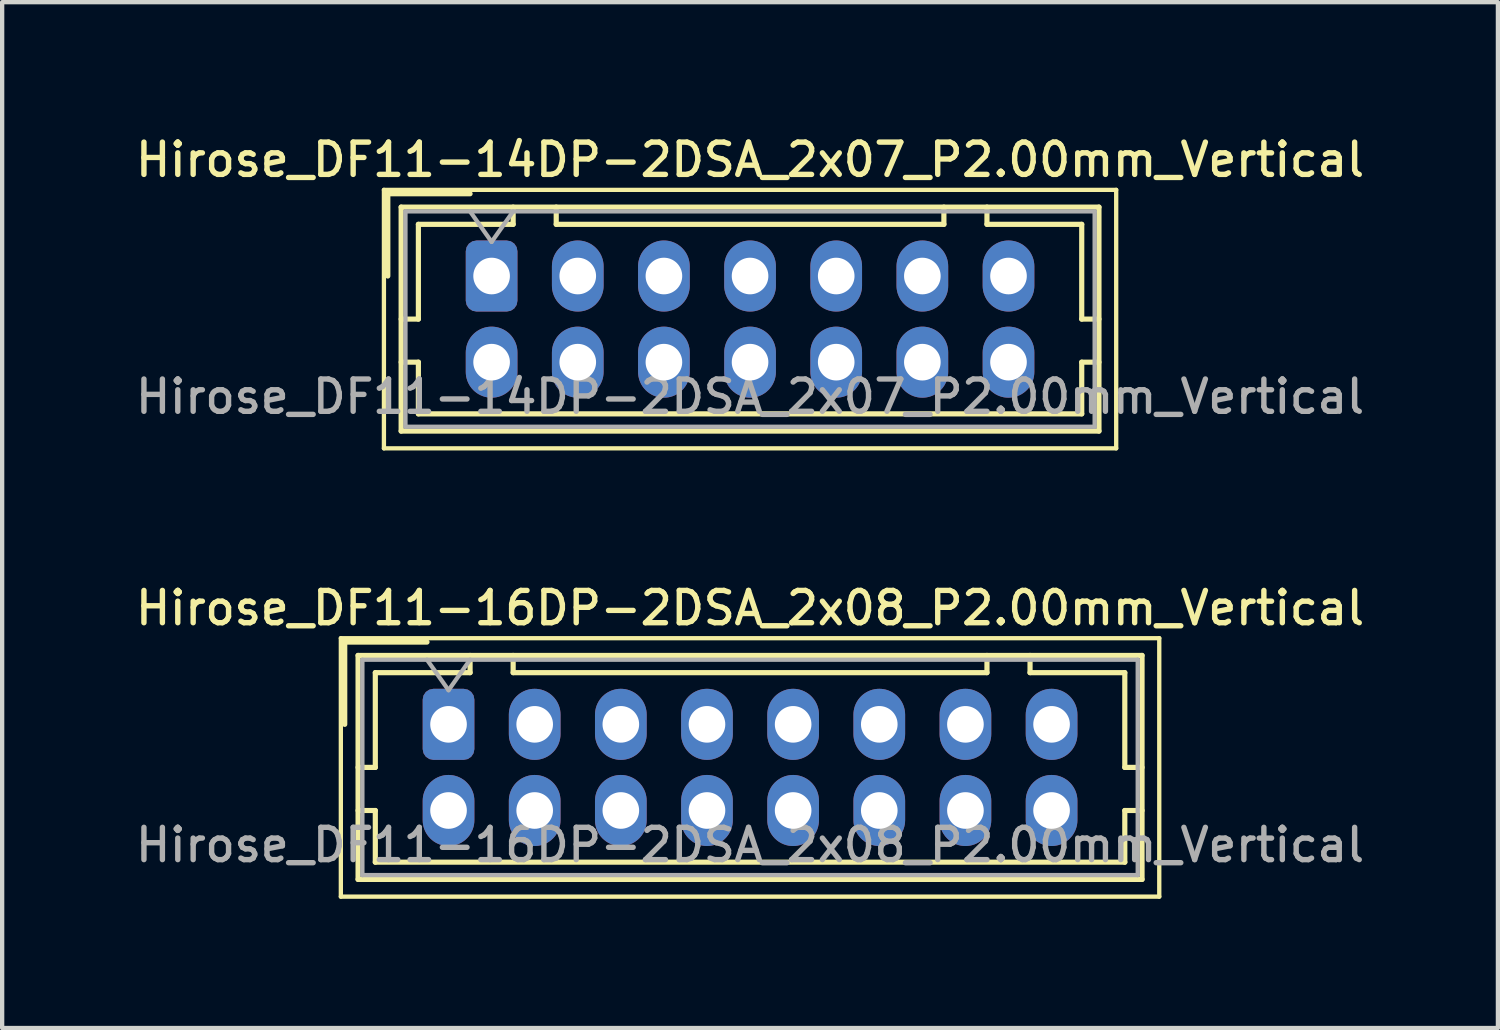
<source format=kicad_pcb>
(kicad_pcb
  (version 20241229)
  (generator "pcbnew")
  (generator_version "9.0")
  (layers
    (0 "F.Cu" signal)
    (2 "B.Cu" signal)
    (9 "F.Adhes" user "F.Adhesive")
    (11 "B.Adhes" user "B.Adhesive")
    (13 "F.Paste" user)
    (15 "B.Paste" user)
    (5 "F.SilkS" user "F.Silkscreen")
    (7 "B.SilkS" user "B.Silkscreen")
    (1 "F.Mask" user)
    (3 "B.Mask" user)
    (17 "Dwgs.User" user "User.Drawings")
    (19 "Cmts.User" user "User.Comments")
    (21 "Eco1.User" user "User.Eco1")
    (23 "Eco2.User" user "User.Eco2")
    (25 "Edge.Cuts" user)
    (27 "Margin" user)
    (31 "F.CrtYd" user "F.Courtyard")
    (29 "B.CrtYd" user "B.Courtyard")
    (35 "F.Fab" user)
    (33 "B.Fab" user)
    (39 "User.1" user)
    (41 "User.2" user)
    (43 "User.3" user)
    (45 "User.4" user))
  (footprint "Hirose_DF11-14DP-2DSA_2x07_P2.00mm_Vertical"
    (layer "F.Cu")
    (at 8.363 3.358)
    (property "Reference" "Hirose_DF11-14DP-2DSA_2x07_P2.00mm_Vertical" (at 6 -2.7 0) (layer "F.SilkS") (effects (font (size 0.75 0.75) (thickness 0.125))))
    (attr through_hole)
    (fp_line (start -2.5 -2) (end -2.5 4) (stroke (width 0.1) (type solid)) (layer "F.SilkS"))
    (fp_line (start -2.5 4) (end 14.5 4) (stroke (width 0.1) (type solid)) (layer "F.SilkS"))
    (fp_line (start -2.41 -1.91) (end -0.5 -1.91) (stroke (width 0.12) (type solid)) (layer "F.SilkS"))
    (fp_line (start -2.41 0) (end -2.41 -1.91) (stroke (width 0.12) (type solid)) (layer "F.SilkS"))
    (fp_line (start -2.1 -1.6) (end -2.1 3.6) (stroke (width 0.12) (type solid)) (layer "F.SilkS"))
    (fp_line (start -2.1 1) (end -1.7 1) (stroke (width 0.12) (type solid)) (layer "F.SilkS"))
    (fp_line (start -2.1 2) (end -1.7 2) (stroke (width 0.12) (type solid)) (layer "F.SilkS"))
    (fp_line (start -2.1 3.6) (end 14.1 3.6) (stroke (width 0.12) (type solid)) (layer "F.SilkS"))
    (fp_line (start -1.7 -1.2) (end 0.5 -1.2) (stroke (width 0.12) (type solid)) (layer "F.SilkS"))
    (fp_line (start -1.7 1) (end -1.7 -1.2) (stroke (width 0.12) (type solid)) (layer "F.SilkS"))
    (fp_line (start -1.7 2) (end -1.7 3.2) (stroke (width 0.12) (type solid)) (layer "F.SilkS"))
    (fp_line (start -1.7 3.2) (end 13.7 3.2) (stroke (width 0.12) (type solid)) (layer "F.SilkS"))
    (fp_line (start 0.5 -1.2) (end 0.5 -1.6) (stroke (width 0.12) (type solid)) (layer "F.SilkS"))
    (fp_line (start 1.5 -1.6) (end 1.5 -1.2) (stroke (width 0.12) (type solid)) (layer "F.SilkS"))
    (fp_line (start 1.5 -1.2) (end 10.5 -1.2) (stroke (width 0.12) (type solid)) (layer "F.SilkS"))
    (fp_line (start 10.5 -1.2) (end 10.5 -1.6) (stroke (width 0.12) (type solid)) (layer "F.SilkS"))
    (fp_line (start 11.5 -1.2) (end 11.5 -1.6) (stroke (width 0.12) (type solid)) (layer "F.SilkS"))
    (fp_line (start 13.7 -1.2) (end 11.5 -1.2) (stroke (width 0.12) (type solid)) (layer "F.SilkS"))
    (fp_line (start 13.7 1) (end 13.7 -1.2) (stroke (width 0.12) (type solid)) (layer "F.SilkS"))
    (fp_line (start 13.7 2) (end 14.1 2) (stroke (width 0.12) (type solid)) (layer "F.SilkS"))
    (fp_line (start 13.7 3.2) (end 13.7 2) (stroke (width 0.12) (type solid)) (layer "F.SilkS"))
    (fp_line (start 14.1 -1.6) (end -2.1 -1.6) (stroke (width 0.12) (type solid)) (layer "F.SilkS"))
    (fp_line (start 14.1 1) (end 13.7 1) (stroke (width 0.12) (type solid)) (layer "F.SilkS"))
    (fp_line (start 14.1 3.6) (end 14.1 -1.6) (stroke (width 0.12) (type solid)) (layer "F.SilkS"))
    (fp_line (start 14.5 -2) (end -2.5 -2) (stroke (width 0.1) (type solid)) (layer "F.SilkS"))
    (fp_line (start 14.5 4) (end 14.5 -2) (stroke (width 0.1) (type solid)) (layer "F.SilkS"))
    (fp_line (start -2 -1.5) (end -2 3.5) (stroke (width 0.1) (type solid)) (layer "F.Fab"))
    (fp_line (start -2 3.5) (end 14 3.5) (stroke (width 0.1) (type solid)) (layer "F.Fab"))
    (fp_line (start -0.5 -1.5) (end 0 -0.793) (stroke (width 0.1) (type solid)) (layer "F.Fab"))
    (fp_line (start 0 -0.793) (end 0.5 -1.5) (stroke (width 0.1) (type solid)) (layer "F.Fab"))
    (fp_line (start 14 -1.5) (end -2 -1.5) (stroke (width 0.1) (type solid)) (layer "F.Fab"))
    (fp_line (start 14 3.5) (end 14 -1.5) (stroke (width 0.1) (type solid)) (layer "F.Fab"))
    (fp_text user "${REFERENCE}" (at 6 2.8 0) (layer "F.Fab") (effects (font (size 0.75 0.75) (thickness 0.125))))
    (pad "1" thru_hole roundrect (at 0 0) (size 1.2 1.65) (drill 0.85) (layers "*.Cu" "*.Mask") (roundrect_rratio 0.208))
    (pad "2" thru_hole oval (at 0 2) (size 1.2 1.65) (drill 0.85) (layers "*.Cu" "*.Mask"))
    (pad "3" thru_hole oval (at 2 0) (size 1.2 1.65) (drill 0.85) (layers "*.Cu" "*.Mask"))
    (pad "4" thru_hole oval (at 2 2) (size 1.2 1.65) (drill 0.85) (layers "*.Cu" "*.Mask"))
    (pad "5" thru_hole oval (at 4 0) (size 1.2 1.65) (drill 0.85) (layers "*.Cu" "*.Mask"))
    (pad "6" thru_hole oval (at 4 2) (size 1.2 1.65) (drill 0.85) (layers "*.Cu" "*.Mask"))
    (pad "7" thru_hole oval (at 6 0) (size 1.2 1.65) (drill 0.85) (layers "*.Cu" "*.Mask"))
    (pad "8" thru_hole oval (at 6 2) (size 1.2 1.65) (drill 0.85) (layers "*.Cu" "*.Mask"))
    (pad "9" thru_hole oval (at 8 0) (size 1.2 1.65) (drill 0.85) (layers "*.Cu" "*.Mask"))
    (pad "10" thru_hole oval (at 8 2) (size 1.2 1.65) (drill 0.85) (layers "*.Cu" "*.Mask"))
    (pad "11" thru_hole oval (at 10 0) (size 1.2 1.65) (drill 0.85) (layers "*.Cu" "*.Mask"))
    (pad "12" thru_hole oval (at 10 2) (size 1.2 1.65) (drill 0.85) (layers "*.Cu" "*.Mask"))
    (pad "13" thru_hole oval (at 12 0) (size 1.2 1.65) (drill 0.85) (layers "*.Cu" "*.Mask"))
    (pad "14" thru_hole oval (at 12 2) (size 1.2 1.65) (drill 0.85) (layers "*.Cu" "*.Mask")))
  (footprint "Hirose_DF11-16DP-2DSA_2x08_P2.00mm_Vertical"
    (layer "F.Cu")
    (at 7.363 13.766)
    (property "Reference" "Hirose_DF11-16DP-2DSA_2x08_P2.00mm_Vertical" (at 7 -2.7 0) (layer "F.SilkS") (effects (font (size 0.75 0.75) (thickness 0.125))))
    (attr through_hole)
    (fp_line (start -2.5 -2) (end -2.5 4) (stroke (width 0.1) (type solid)) (layer "F.SilkS"))
    (fp_line (start -2.5 4) (end 16.5 4) (stroke (width 0.1) (type solid)) (layer "F.SilkS"))
    (fp_line (start -2.41 -1.91) (end -0.5 -1.91) (stroke (width 0.12) (type solid)) (layer "F.SilkS"))
    (fp_line (start -2.41 0) (end -2.41 -1.91) (stroke (width 0.12) (type solid)) (layer "F.SilkS"))
    (fp_line (start -2.1 -1.6) (end -2.1 3.6) (stroke (width 0.12) (type solid)) (layer "F.SilkS"))
    (fp_line (start -2.1 1) (end -1.7 1) (stroke (width 0.12) (type solid)) (layer "F.SilkS"))
    (fp_line (start -2.1 2) (end -1.7 2) (stroke (width 0.12) (type solid)) (layer "F.SilkS"))
    (fp_line (start -2.1 3.6) (end 16.1 3.6) (stroke (width 0.12) (type solid)) (layer "F.SilkS"))
    (fp_line (start -1.7 -1.2) (end 0.5 -1.2) (stroke (width 0.12) (type solid)) (layer "F.SilkS"))
    (fp_line (start -1.7 1) (end -1.7 -1.2) (stroke (width 0.12) (type solid)) (layer "F.SilkS"))
    (fp_line (start -1.7 2) (end -1.7 3.2) (stroke (width 0.12) (type solid)) (layer "F.SilkS"))
    (fp_line (start -1.7 3.2) (end 15.7 3.2) (stroke (width 0.12) (type solid)) (layer "F.SilkS"))
    (fp_line (start 0.5 -1.2) (end 0.5 -1.6) (stroke (width 0.12) (type solid)) (layer "F.SilkS"))
    (fp_line (start 1.5 -1.6) (end 1.5 -1.2) (stroke (width 0.12) (type solid)) (layer "F.SilkS"))
    (fp_line (start 1.5 -1.2) (end 12.5 -1.2) (stroke (width 0.12) (type solid)) (layer "F.SilkS"))
    (fp_line (start 12.5 -1.2) (end 12.5 -1.6) (stroke (width 0.12) (type solid)) (layer "F.SilkS"))
    (fp_line (start 13.5 -1.2) (end 13.5 -1.6) (stroke (width 0.12) (type solid)) (layer "F.SilkS"))
    (fp_line (start 15.7 -1.2) (end 13.5 -1.2) (stroke (width 0.12) (type solid)) (layer "F.SilkS"))
    (fp_line (start 15.7 1) (end 15.7 -1.2) (stroke (width 0.12) (type solid)) (layer "F.SilkS"))
    (fp_line (start 15.7 2) (end 16.1 2) (stroke (width 0.12) (type solid)) (layer "F.SilkS"))
    (fp_line (start 15.7 3.2) (end 15.7 2) (stroke (width 0.12) (type solid)) (layer "F.SilkS"))
    (fp_line (start 16.1 -1.6) (end -2.1 -1.6) (stroke (width 0.12) (type solid)) (layer "F.SilkS"))
    (fp_line (start 16.1 1) (end 15.7 1) (stroke (width 0.12) (type solid)) (layer "F.SilkS"))
    (fp_line (start 16.1 3.6) (end 16.1 -1.6) (stroke (width 0.12) (type solid)) (layer "F.SilkS"))
    (fp_line (start 16.5 -2) (end -2.5 -2) (stroke (width 0.1) (type solid)) (layer "F.SilkS"))
    (fp_line (start 16.5 4) (end 16.5 -2) (stroke (width 0.1) (type solid)) (layer "F.SilkS"))
    (fp_line (start -2 -1.5) (end -2 3.5) (stroke (width 0.1) (type solid)) (layer "F.Fab"))
    (fp_line (start -2 3.5) (end 16 3.5) (stroke (width 0.1) (type solid)) (layer "F.Fab"))
    (fp_line (start -0.5 -1.5) (end 0 -0.793) (stroke (width 0.1) (type solid)) (layer "F.Fab"))
    (fp_line (start 0 -0.793) (end 0.5 -1.5) (stroke (width 0.1) (type solid)) (layer "F.Fab"))
    (fp_line (start 16 -1.5) (end -2 -1.5) (stroke (width 0.1) (type solid)) (layer "F.Fab"))
    (fp_line (start 16 3.5) (end 16 -1.5) (stroke (width 0.1) (type solid)) (layer "F.Fab"))
    (fp_text user "${REFERENCE}" (at 7 2.8 0) (layer "F.Fab") (effects (font (size 0.75 0.75) (thickness 0.125))))
    (pad "1" thru_hole roundrect (at 0 0) (size 1.2 1.65) (drill 0.85) (layers "*.Cu" "*.Mask") (roundrect_rratio 0.208))
    (pad "2" thru_hole oval (at 0 2) (size 1.2 1.65) (drill 0.85) (layers "*.Cu" "*.Mask"))
    (pad "3" thru_hole oval (at 2 0) (size 1.2 1.65) (drill 0.85) (layers "*.Cu" "*.Mask"))
    (pad "4" thru_hole oval (at 2 2) (size 1.2 1.65) (drill 0.85) (layers "*.Cu" "*.Mask"))
    (pad "5" thru_hole oval (at 4 0) (size 1.2 1.65) (drill 0.85) (layers "*.Cu" "*.Mask"))
    (pad "6" thru_hole oval (at 4 2) (size 1.2 1.65) (drill 0.85) (layers "*.Cu" "*.Mask"))
    (pad "7" thru_hole oval (at 6 0) (size 1.2 1.65) (drill 0.85) (layers "*.Cu" "*.Mask"))
    (pad "8" thru_hole oval (at 6 2) (size 1.2 1.65) (drill 0.85) (layers "*.Cu" "*.Mask"))
    (pad "9" thru_hole oval (at 8 0) (size 1.2 1.65) (drill 0.85) (layers "*.Cu" "*.Mask"))
    (pad "10" thru_hole oval (at 8 2) (size 1.2 1.65) (drill 0.85) (layers "*.Cu" "*.Mask"))
    (pad "11" thru_hole oval (at 10 0) (size 1.2 1.65) (drill 0.85) (layers "*.Cu" "*.Mask"))
    (pad "12" thru_hole oval (at 10 2) (size 1.2 1.65) (drill 0.85) (layers "*.Cu" "*.Mask"))
    (pad "13" thru_hole oval (at 12 0) (size 1.2 1.65) (drill 0.85) (layers "*.Cu" "*.Mask"))
    (pad "14" thru_hole oval (at 12 2) (size 1.2 1.65) (drill 0.85) (layers "*.Cu" "*.Mask"))
    (pad "15" thru_hole oval (at 14 0) (size 1.2 1.65) (drill 0.85) (layers "*.Cu" "*.Mask"))
    (pad "16" thru_hole oval (at 14 2) (size 1.2 1.65) (drill 0.85) (layers "*.Cu" "*.Mask")))
  (gr_rect
    (start -3 -3)
    (end 31.725 20.816)
    (stroke (width 0.1) (type default))
    (fill no)
    (layer "Edge.Cuts")))
</source>
